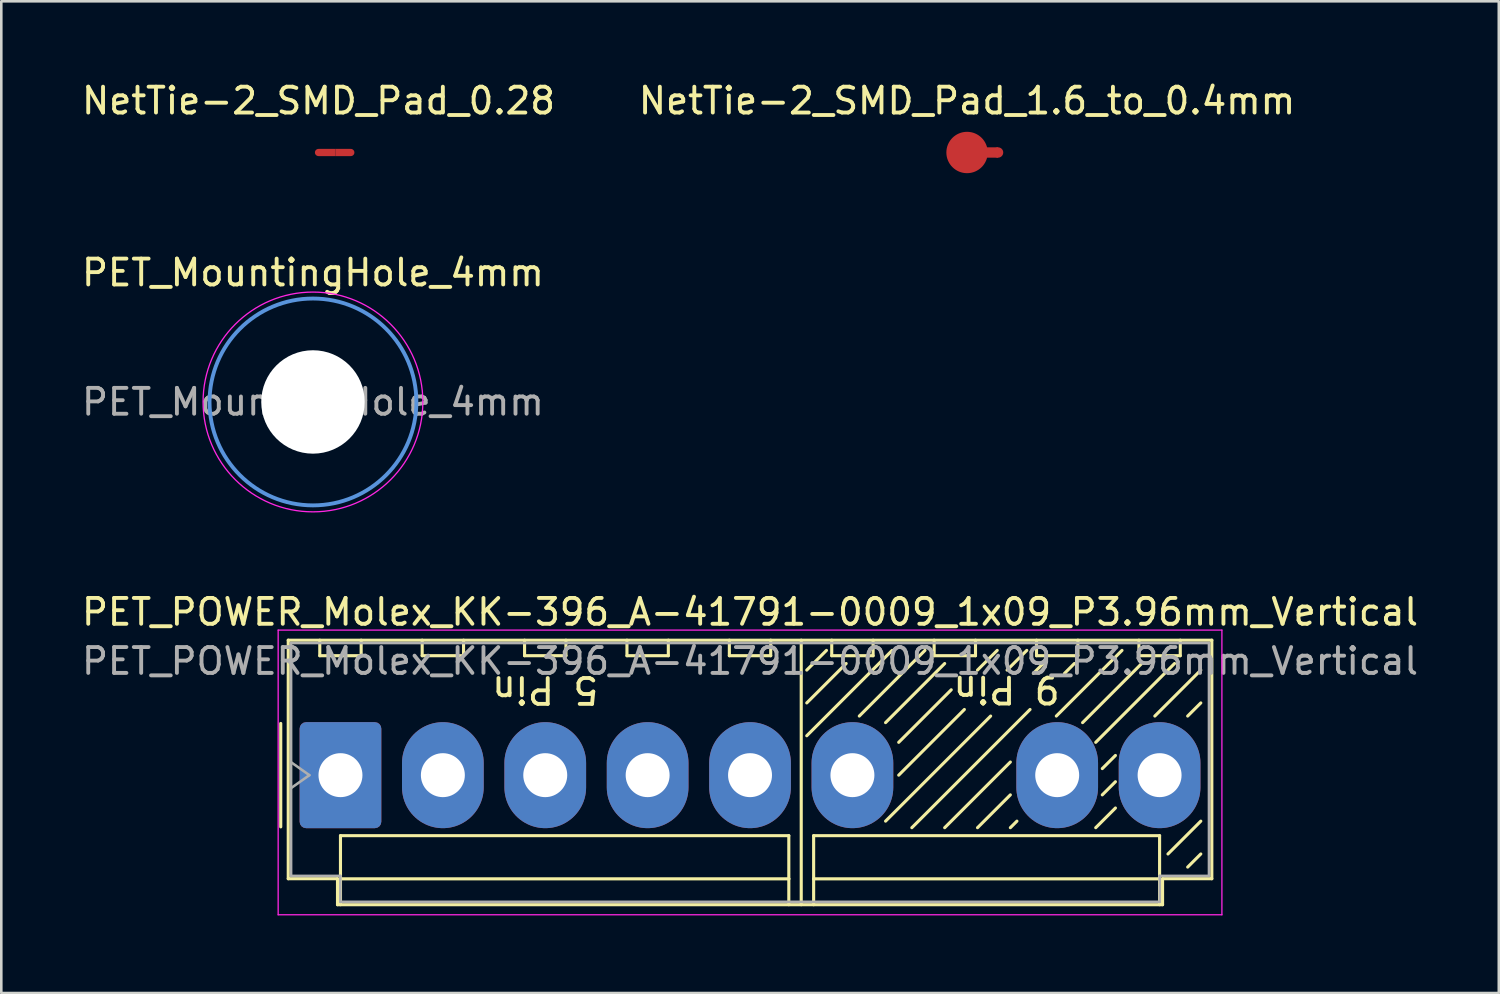
<source format=kicad_pcb>
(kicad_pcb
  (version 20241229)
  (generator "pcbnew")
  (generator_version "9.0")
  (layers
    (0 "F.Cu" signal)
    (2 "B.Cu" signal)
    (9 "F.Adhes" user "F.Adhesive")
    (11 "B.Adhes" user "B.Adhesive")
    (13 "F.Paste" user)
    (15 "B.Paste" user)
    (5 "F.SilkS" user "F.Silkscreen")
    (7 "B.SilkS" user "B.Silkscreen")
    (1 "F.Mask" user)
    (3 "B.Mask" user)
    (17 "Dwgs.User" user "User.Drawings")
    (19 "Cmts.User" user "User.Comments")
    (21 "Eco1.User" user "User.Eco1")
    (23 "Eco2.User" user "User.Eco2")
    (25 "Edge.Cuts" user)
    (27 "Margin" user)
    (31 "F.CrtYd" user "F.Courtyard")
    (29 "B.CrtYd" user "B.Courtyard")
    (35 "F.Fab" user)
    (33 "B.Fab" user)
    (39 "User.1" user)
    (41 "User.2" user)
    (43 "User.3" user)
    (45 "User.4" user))
  (footprint "NetTie-2_SMD_Pad_1.6_to_0.4mm"
    (layer "F.Cu")
    (at 34.351 2.848)
    (property "Reference" "NetTie-2_SMD_Pad_1.6_to_0.4mm" (at 0 -2 0) (layer "F.SilkS") (effects (font (size 1 1) (thickness 0.15))))
    (attr exclude_from_pos_files exclude_from_bom)
    (fp_rect (start 1.2 0.2) (end 0.77 -0.2) (stroke (width 0) (type solid)) (fill yes) (layer "F.Cu"))
    (pad "1" smd circle (at 0 0 180) (size 1.6 1.6) (layers "F.Cu"))
    (pad "2" smd circle (at 1.2 0 180) (size 0.4 0.4) (layers "F.Cu")))
  (footprint "PET_MountingHole_4mm"
    (layer "F.Cu")
    (at 9.054 12.496)
    (property "Reference" "PET_MountingHole_4mm" (at 0 -5 0) (layer "F.SilkS") (effects (font (size 1 1) (thickness 0.15))))
    (attr exclude_from_pos_files exclude_from_bom)
    (fp_circle (center 0 0) (end 4 0) (stroke (width 0.15) (type solid)) (fill no) (layer "Cmts.User"))
    (fp_circle (center 0 0) (end 4.25 0) (stroke (width 0.05) (type solid)) (fill no) (layer "F.CrtYd"))
    (fp_text user "${REFERENCE}" (at 0 0 0) (layer "F.Fab") (effects (font (size 1 1) (thickness 0.15))))
    (pad "" np_thru_hole circle (at 0 0) (size 4 4) (drill 4) (layers "*.Cu" "*.Mask"))
    (zone (net_name "") (layers "F.Cu" "B.Cu") (hatch edge 0.508) (connect_pads) (min_thickness 0.254) (filled_areas_thickness no) (keepout (tracks not_allowed) (vias not_allowed) (pads allowed) (copperpour not_allowed) (footprints not_allowed)) (placement (enabled no)) (fill) (polygon (pts (xy 13.308 12.496) (xy 13.29 12.096) (xy 13.233 11.699) (xy 13.139 11.309) (xy 13.01 10.93) (xy 12.845 10.565) (xy 12.646 10.217) (xy 12.416 9.889) (xy 12.155 9.584) (xy 11.867 9.305) (xy 11.554 9.054) (xy 11.219 8.834) (xy 10.865 8.647) (xy 10.495 8.493) (xy 10.112 8.375) (xy 9.719 8.294) (xy 9.321 8.25) (xy 8.92 8.244) (xy 8.52 8.275) (xy 8.125 8.344) (xy 7.739 8.45) (xy 7.364 8.592) (xy 7.004 8.768) (xy 6.662 8.977) (xy 6.341 9.218) (xy 6.045 9.488) (xy 5.775 9.784) (xy 5.534 10.105) (xy 5.325 10.447) (xy 5.149 10.807) (xy 5.007 11.182) (xy 4.901 11.568) (xy 4.832 11.963) (xy 4.801 12.363) (xy 4.807 12.764) (xy 4.851 13.162) (xy 4.932 13.555) (xy 5.05 13.938) (xy 5.204 14.308) (xy 5.391 14.662) (xy 5.611 14.997) (xy 5.862 15.31) (xy 6.141 15.598) (xy 6.446 15.858) (xy 6.774 16.089) (xy 7.122 16.288) (xy 7.487 16.453) (xy 7.867 16.582) (xy 8.256 16.676) (xy 8.653 16.732) (xy 9.054 16.751) (xy 9.454 16.732) (xy 9.851 16.676) (xy 10.241 16.582) (xy 10.62 16.453) (xy 10.985 16.288) (xy 11.333 16.089) (xy 11.661 15.858) (xy 11.966 15.598) (xy 12.245 15.31) (xy 12.496 14.997) (xy 12.716 14.662) (xy 12.903 14.308) (xy 13.057 13.938) (xy 13.175 13.555) (xy 13.256 13.162) (xy 13.3 12.764)))))
  (footprint "PET_POWER_Molex_KK-396_A-41791-0009_1x09_P3.96mm_Vertical"
    (layer "F.Cu")
    (at 10.118 26.93)
    (property "Reference" "PET_POWER_Molex_KK-396_A-41791-0009_1x09_P3.96mm_Vertical" (at 15.84 -6.31 0) (layer "F.SilkS") (effects (font (size 1 1) (thickness 0.15))))
    (attr through_hole)
    (fp_line (start -2.31 -2) (end -2.31 2) (stroke (width 0.12) (type solid)) (layer "F.SilkS"))
    (fp_line (start -2.02 -5.22) (end 33.7 -5.22) (stroke (width 0.12) (type solid)) (layer "F.SilkS"))
    (fp_line (start -2.02 4.005) (end -2.02 -5.22) (stroke (width 0.12) (type solid)) (layer "F.SilkS"))
    (fp_line (start -0.8 -5.22) (end -0.8 -4.62) (stroke (width 0.12) (type solid)) (layer "F.SilkS"))
    (fp_line (start -0.8 -4.62) (end 0.8 -4.62) (stroke (width 0.12) (type solid)) (layer "F.SilkS"))
    (fp_line (start -0.115 4.005) (end -2.02 4.005) (stroke (width 0.12) (type solid)) (layer "F.SilkS"))
    (fp_line (start -0.115 5.01) (end -0.115 4.005) (stroke (width 0.12) (type solid)) (layer "F.SilkS"))
    (fp_line (start 0 2.34) (end 17.34 2.34) (stroke (width 0.12) (type solid)) (layer "F.SilkS"))
    (fp_line (start 0 4.01) (end 0 2.34) (stroke (width 0.12) (type solid)) (layer "F.SilkS"))
    (fp_line (start 0 4.01) (end 17.34 4.01) (stroke (width 0.12) (type solid)) (layer "F.SilkS"))
    (fp_line (start 0 5.01) (end 0 4.01) (stroke (width 0.12) (type solid)) (layer "F.SilkS"))
    (fp_line (start 0.8 -4.62) (end 0.8 -5.22) (stroke (width 0.12) (type solid)) (layer "F.SilkS"))
    (fp_line (start 3.16 -5.22) (end 3.16 -4.62) (stroke (width 0.12) (type solid)) (layer "F.SilkS"))
    (fp_line (start 3.16 -4.62) (end 4.76 -4.62) (stroke (width 0.12) (type solid)) (layer "F.SilkS"))
    (fp_line (start 4.76 -4.62) (end 4.76 -5.22) (stroke (width 0.12) (type solid)) (layer "F.SilkS"))
    (fp_line (start 7.12 -5.22) (end 7.12 -4.62) (stroke (width 0.12) (type solid)) (layer "F.SilkS"))
    (fp_line (start 7.12 -4.62) (end 8.72 -4.62) (stroke (width 0.12) (type solid)) (layer "F.SilkS"))
    (fp_line (start 8.72 -4.62) (end 8.72 -5.22) (stroke (width 0.12) (type solid)) (layer "F.SilkS"))
    (fp_line (start 11.08 -5.22) (end 11.08 -4.62) (stroke (width 0.12) (type solid)) (layer "F.SilkS"))
    (fp_line (start 11.08 -4.62) (end 12.68 -4.62) (stroke (width 0.12) (type solid)) (layer "F.SilkS"))
    (fp_line (start 12.68 -4.62) (end 12.68 -5.22) (stroke (width 0.12) (type solid)) (layer "F.SilkS"))
    (fp_line (start 15.04 -5.22) (end 15.04 -4.62) (stroke (width 0.12) (type solid)) (layer "F.SilkS"))
    (fp_line (start 15.04 -4.62) (end 16.64 -4.62) (stroke (width 0.12) (type solid)) (layer "F.SilkS"))
    (fp_line (start 16.64 -4.62) (end 16.64 -5.22) (stroke (width 0.12) (type solid)) (layer "F.SilkS"))
    (fp_line (start 17.34 2.34) (end 17.34 4.01) (stroke (width 0.12) (type solid)) (layer "F.SilkS"))
    (fp_line (start 17.34 4.01) (end 17.34 5.01) (stroke (width 0.12) (type solid)) (layer "F.SilkS"))
    (fp_line (start 17.82 5.01) (end 17.82 -5.22) (stroke (width 0.12) (type solid)) (layer "F.SilkS"))
    (fp_line (start 18.034 -1.524) (end 21.336 -4.826) (stroke (width 0.12) (type solid)) (layer "F.SilkS"))
    (fp_line (start 18.3 2.34) (end 31.68 2.34) (stroke (width 0.12) (type solid)) (layer "F.SilkS"))
    (fp_line (start 18.3 4.01) (end 18.3 2.34) (stroke (width 0.12) (type solid)) (layer "F.SilkS"))
    (fp_line (start 18.3 4.01) (end 31.68 4.01) (stroke (width 0.12) (type solid)) (layer "F.SilkS"))
    (fp_line (start 18.3 5.01) (end 18.3 4.01) (stroke (width 0.12) (type solid)) (layer "F.SilkS"))
    (fp_line (start 18.796 -4.826) (end 18.034 -4.064) (stroke (width 0.12) (type solid)) (layer "F.SilkS"))
    (fp_line (start 19 -5.22) (end 19 -4.62) (stroke (width 0.12) (type solid)) (layer "F.SilkS"))
    (fp_line (start 19 -4.62) (end 20.6 -4.62) (stroke (width 0.12) (type solid)) (layer "F.SilkS"))
    (fp_line (start 19.558 -4.318) (end 18.034 -2.794) (stroke (width 0.12) (type solid)) (layer "F.SilkS"))
    (fp_line (start 20.066 -2.286) (end 22.606 -4.826) (stroke (width 0.12) (type solid)) (layer "F.SilkS"))
    (fp_line (start 20.6 -4.62) (end 20.6 -5.22) (stroke (width 0.12) (type solid)) (layer "F.SilkS"))
    (fp_line (start 21.082 -2.032) (end 23.368 -4.318) (stroke (width 0.12) (type solid)) (layer "F.SilkS"))
    (fp_line (start 21.082 1.778) (end 25.146 -2.286) (stroke (width 0.12) (type solid)) (layer "F.SilkS"))
    (fp_line (start 21.59 -1.27) (end 23.622 -3.302) (stroke (width 0.12) (type solid)) (layer "F.SilkS"))
    (fp_line (start 21.59 0) (end 24.13 -2.54) (stroke (width 0.12) (type solid)) (layer "F.SilkS"))
    (fp_line (start 22.098 2.032) (end 26.67 -2.54) (stroke (width 0.12) (type solid)) (layer "F.SilkS"))
    (fp_line (start 22.96 -5.22) (end 22.96 -4.62) (stroke (width 0.12) (type solid)) (layer "F.SilkS"))
    (fp_line (start 22.96 -4.62) (end 24.56 -4.62) (stroke (width 0.12) (type solid)) (layer "F.SilkS"))
    (fp_line (start 23.368 2.032) (end 25.908 -0.508) (stroke (width 0.12) (type solid)) (layer "F.SilkS"))
    (fp_line (start 24.56 -4.62) (end 24.56 -5.22) (stroke (width 0.12) (type solid)) (layer "F.SilkS"))
    (fp_line (start 24.638 -4.064) (end 25.4 -4.826) (stroke (width 0.12) (type solid)) (layer "F.SilkS"))
    (fp_line (start 24.638 2.032) (end 25.908 0.762) (stroke (width 0.12) (type solid)) (layer "F.SilkS"))
    (fp_line (start 25.781 -4.064) (end 26.543 -4.826) (stroke (width 0.12) (type solid)) (layer "F.SilkS"))
    (fp_line (start 25.908 2.032) (end 26.162 1.778) (stroke (width 0.12) (type solid)) (layer "F.SilkS"))
    (fp_line (start 26.797 -3.937) (end 27.178 -4.318) (stroke (width 0.12) (type solid)) (layer "F.SilkS"))
    (fp_line (start 26.92 -5.22) (end 26.92 -4.62) (stroke (width 0.12) (type solid)) (layer "F.SilkS"))
    (fp_line (start 26.92 -4.62) (end 28.52 -4.62) (stroke (width 0.12) (type solid)) (layer "F.SilkS"))
    (fp_line (start 27.686 -2.286) (end 30.226 -4.826) (stroke (width 0.12) (type solid)) (layer "F.SilkS"))
    (fp_line (start 28.003 -3.937) (end 28.384 -4.318) (stroke (width 0.12) (type solid)) (layer "F.SilkS"))
    (fp_line (start 28.52 -4.62) (end 28.52 -5.22) (stroke (width 0.12) (type solid)) (layer "F.SilkS"))
    (fp_line (start 28.702 -2.032) (end 30.988 -4.318) (stroke (width 0.12) (type solid)) (layer "F.SilkS"))
    (fp_line (start 29.21 -1.27) (end 32.258 -4.318) (stroke (width 0.12) (type solid)) (layer "F.SilkS"))
    (fp_line (start 29.21 2.032) (end 29.972 1.27) (stroke (width 0.12) (type solid)) (layer "F.SilkS"))
    (fp_line (start 29.464 -0.254) (end 29.972 -0.762) (stroke (width 0.12) (type solid)) (layer "F.SilkS"))
    (fp_line (start 29.464 0.762) (end 29.972 0.254) (stroke (width 0.12) (type solid)) (layer "F.SilkS"))
    (fp_line (start 30.88 -5.22) (end 30.88 -4.62) (stroke (width 0.12) (type solid)) (layer "F.SilkS"))
    (fp_line (start 30.88 -4.62) (end 32.48 -4.62) (stroke (width 0.12) (type solid)) (layer "F.SilkS"))
    (fp_line (start 31.496 -2.286) (end 33.274 -4.064) (stroke (width 0.12) (type solid)) (layer "F.SilkS"))
    (fp_line (start 31.68 2.34) (end 31.68 4.01) (stroke (width 0.12) (type solid)) (layer "F.SilkS"))
    (fp_line (start 31.68 4.01) (end 31.68 5.01) (stroke (width 0.12) (type solid)) (layer "F.SilkS"))
    (fp_line (start 31.795 4.005) (end 31.795 5.01) (stroke (width 0.12) (type solid)) (layer "F.SilkS"))
    (fp_line (start 31.795 5.01) (end -0.115 5.01) (stroke (width 0.12) (type solid)) (layer "F.SilkS"))
    (fp_line (start 32.004 3.048) (end 33.274 1.778) (stroke (width 0.12) (type solid)) (layer "F.SilkS"))
    (fp_line (start 32.48 -4.62) (end 32.48 -5.22) (stroke (width 0.12) (type solid)) (layer "F.SilkS"))
    (fp_line (start 32.766 -2.286) (end 33.274 -2.794) (stroke (width 0.12) (type solid)) (layer "F.SilkS"))
    (fp_line (start 32.766 3.556) (end 33.274 3.048) (stroke (width 0.12) (type solid)) (layer "F.SilkS"))
    (fp_line (start 33.7 -5.22) (end 33.7 4.005) (stroke (width 0.12) (type solid)) (layer "F.SilkS"))
    (fp_line (start 33.7 4.005) (end 31.795 4.005) (stroke (width 0.12) (type solid)) (layer "F.SilkS"))
    (fp_line (start -2.41 -5.61) (end -2.41 5.4) (stroke (width 0.05) (type solid)) (layer "F.CrtYd"))
    (fp_line (start -2.41 5.4) (end 34.09 5.4) (stroke (width 0.05) (type solid)) (layer "F.CrtYd"))
    (fp_line (start 34.09 -5.61) (end -2.41 -5.61) (stroke (width 0.05) (type solid)) (layer "F.CrtYd"))
    (fp_line (start 34.09 5.4) (end 34.09 -5.61) (stroke (width 0.05) (type solid)) (layer "F.CrtYd"))
    (fp_line (start -1.91 -5.11) (end 33.59 -5.11) (stroke (width 0.1) (type solid)) (layer "F.Fab"))
    (fp_line (start -1.91 -0.5) (end -1.203 0) (stroke (width 0.1) (type solid)) (layer "F.Fab"))
    (fp_line (start -1.91 3.895) (end -1.91 -5.11) (stroke (width 0.1) (type solid)) (layer "F.Fab"))
    (fp_line (start -1.203 0) (end -1.91 0.5) (stroke (width 0.1) (type solid)) (layer "F.Fab"))
    (fp_line (start -0.005 3.895) (end -1.91 3.895) (stroke (width 0.1) (type solid)) (layer "F.Fab"))
    (fp_line (start -0.005 4.9) (end -0.005 3.895) (stroke (width 0.1) (type solid)) (layer "F.Fab"))
    (fp_line (start 31.685 3.895) (end 31.685 4.9) (stroke (width 0.1) (type solid)) (layer "F.Fab"))
    (fp_line (start 31.685 4.9) (end -0.005 4.9) (stroke (width 0.1) (type solid)) (layer "F.Fab"))
    (fp_line (start 33.59 -5.11) (end 33.59 3.895) (stroke (width 0.1) (type solid)) (layer "F.Fab"))
    (fp_line (start 33.59 3.895) (end 31.685 3.895) (stroke (width 0.1) (type solid)) (layer "F.Fab"))
    (fp_text user "5 Pin" (at 7.92 -3.302 180) (unlocked yes) (layer "F.SilkS") (effects (font (size 1 1) (thickness 0.15))))
    (fp_text user "9 Pin" (at 25.76 -3.316 180) (unlocked yes) (layer "F.SilkS") (effects (font (size 1 1) (thickness 0.15))))
    (fp_text user "${REFERENCE}" (at 15.84 -4.41 0) (layer "F.Fab") (effects (font (size 1 1) (thickness 0.15))))
    (pad "1" thru_hole roundrect (at 0 0) (size 3.16 4.1) (drill 1.7) (layers "*.Cu" "*.Mask") (roundrect_rratio 0.079))
    (pad "2" thru_hole oval (at 3.96 0) (size 3.16 4.1) (drill 1.7) (layers "*.Cu" "*.Mask"))
    (pad "3" thru_hole oval (at 7.92 0) (size 3.16 4.1) (drill 1.7) (layers "*.Cu" "*.Mask"))
    (pad "4" thru_hole oval (at 11.88 0) (size 3.16 4.1) (drill 1.7) (layers "*.Cu" "*.Mask"))
    (pad "5" thru_hole oval (at 15.84 0) (size 3.16 4.1) (drill 1.7) (layers "*.Cu" "*.Mask"))
    (pad "6" thru_hole oval (at 19.8 0) (size 3.16 4.1) (drill 1.7) (layers "*.Cu" "*.Mask"))
    (pad "8" thru_hole oval (at 27.72 0) (size 3.16 4.1) (drill 1.7) (layers "*.Cu" "*.Mask"))
    (pad "9" thru_hole oval (at 31.68 0) (size 3.16 4.1) (drill 1.7) (layers "*.Cu" "*.Mask")))
  (footprint "NetTie-2_SMD_Pad_0.28"
    (layer "F.Cu")
    (at 9.268 2.848)
    (property "Reference" "NetTie-2_SMD_Pad_0.28" (at 0 -2 0) (layer "F.SilkS") (effects (font (size 1 1) (thickness 0.15))))
    (attr exclude_from_pos_files exclude_from_bom)
    (fp_rect (start 0.6 -0.14) (end 0.65 0.14) (stroke (width 0) (type solid)) (fill yes) (layer "F.Cu"))
    (pad "1" smd custom (at 0 0 180) (size 0.28 0.28) (layers "F.Cu") (options (anchor circle)) (primitives (gr_rect (start -0.6 -0.14) (end 0 0.14) (width 0) (fill yes))))
    (pad "2" smd custom (at 1.25 0 180) (size 0.28 0.28) (layers "F.Cu") (options (anchor circle)) (primitives (gr_rect (start 0 -0.14) (end 0.6 0.14) (width 0) (fill yes)))))
  (gr_rect
    (start -3 -3)
    (end 54.917 35.355)
    (stroke (width 0.1) (type default))
    (fill no)
    (layer "Edge.Cuts")))
</source>
